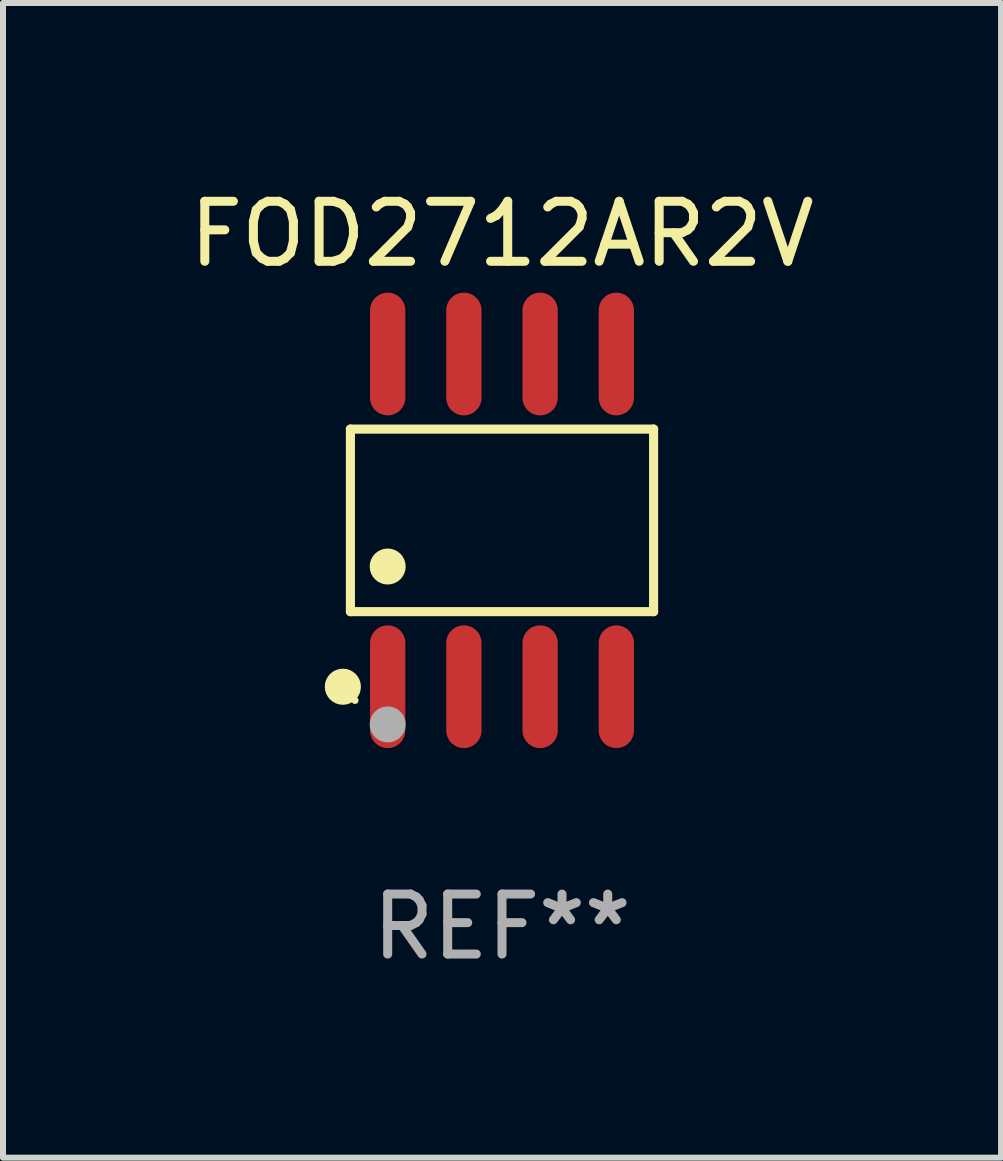
<source format=kicad_pcb>
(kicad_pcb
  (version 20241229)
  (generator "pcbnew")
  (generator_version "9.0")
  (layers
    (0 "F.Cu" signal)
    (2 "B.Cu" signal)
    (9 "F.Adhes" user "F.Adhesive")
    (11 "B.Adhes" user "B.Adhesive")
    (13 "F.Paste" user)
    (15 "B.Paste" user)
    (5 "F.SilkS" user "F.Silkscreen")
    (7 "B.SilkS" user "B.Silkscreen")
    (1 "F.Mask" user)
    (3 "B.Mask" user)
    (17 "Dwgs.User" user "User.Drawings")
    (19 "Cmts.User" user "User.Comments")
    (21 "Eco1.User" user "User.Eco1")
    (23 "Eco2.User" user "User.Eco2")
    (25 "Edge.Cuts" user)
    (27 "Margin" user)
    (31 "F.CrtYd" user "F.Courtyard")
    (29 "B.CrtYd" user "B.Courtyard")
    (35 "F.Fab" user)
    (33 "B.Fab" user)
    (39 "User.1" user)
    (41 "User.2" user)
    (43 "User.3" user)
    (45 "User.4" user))
  (footprint "FOD2712AR2V"
    (layer "F.Cu")
    (at 5.315 5.621)
    (property "Reference" "FOD2712AR2V" (at 0 -4.772 0) (layer "F.SilkS") (effects (font (size 1 1) (thickness 0.15))))
    (attr through_hole)
    (fp_line (start -2.526 -1.521) (end 2.526 -1.521) (stroke (width 0.152) (type solid)) (layer "F.SilkS"))
    (fp_line (start -2.526 1.521) (end -2.526 -1.521) (stroke (width 0.152) (type solid)) (layer "F.SilkS"))
    (fp_line (start 2.526 -1.521) (end 2.526 1.521) (stroke (width 0.152) (type solid)) (layer "F.SilkS"))
    (fp_line (start 2.526 1.521) (end -2.526 1.521) (stroke (width 0.152) (type solid)) (layer "F.SilkS"))
    (fp_circle (center -2.652 2.772) (end -2.501 2.772) (stroke (width 0.3) (type solid)) (fill no) (layer "F.SilkS"))
    (fp_circle (center -2.45 3) (end -2.42 3) (stroke (width 0.06) (type solid)) (fill no) (layer "F.SilkS"))
    (fp_circle (center -1.905 0.769) (end -1.755 0.769) (stroke (width 0.3) (type solid)) (fill no) (layer "F.SilkS"))
    (fp_circle (center -1.905 3.4) (end -1.755 3.4) (stroke (width 0.3) (type solid)) (fill no) (layer "F.Fab"))
    (fp_text user "REF**" (at 0 6.772 0) (layer "F.Fab") (effects (font (size 1 1) (thickness 0.15))))
    (pad "1" smd oval (at -1.905 2.772) (size 0.588 2.045) (layers "F.Cu" "F.Mask" "F.Paste"))
    (pad "2" smd oval (at -0.635 2.772) (size 0.588 2.045) (layers "F.Cu" "F.Mask" "F.Paste"))
    (pad "3" smd oval (at 0.635 2.772) (size 0.588 2.045) (layers "F.Cu" "F.Mask" "F.Paste"))
    (pad "4" smd oval (at 1.905 2.772) (size 0.588 2.045) (layers "F.Cu" "F.Mask" "F.Paste"))
    (pad "5" smd oval (at 1.905 -2.772) (size 0.588 2.045) (layers "F.Cu" "F.Mask" "F.Paste"))
    (pad "6" smd oval (at 0.635 -2.772) (size 0.588 2.045) (layers "F.Cu" "F.Mask" "F.Paste"))
    (pad "7" smd oval (at -0.635 -2.772) (size 0.588 2.045) (layers "F.Cu" "F.Mask" "F.Paste"))
    (pad "8" smd oval (at -1.905 -2.772) (size 0.588 2.045) (layers "F.Cu" "F.Mask" "F.Paste")))
  (gr_rect
    (start -3 -3)
    (end 13.631 16.241)
    (stroke (width 0.1) (type default))
    (fill no)
    (layer "Edge.Cuts")))
</source>
